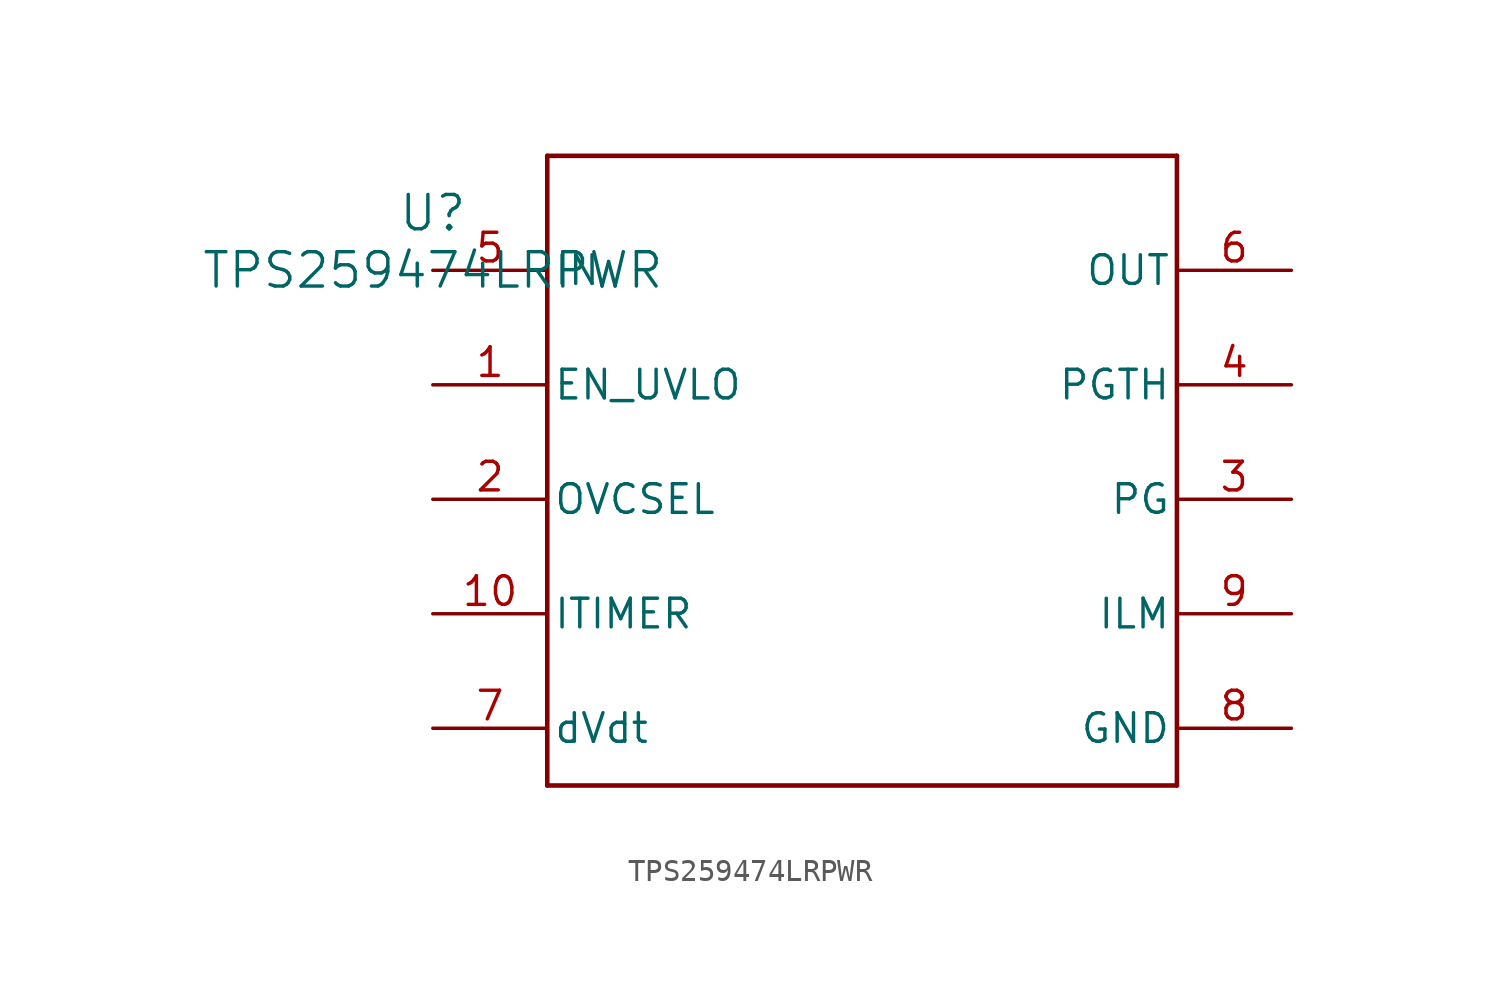
<source format=kicad_sym>
(kicad_symbol_lib
  (version 20211014)
  (generator kicad_symbol_editor)
  (symbol "TPS259474LRPWR"
    (pin_names
      (offset 0.254))
    (property "Reference" "U"
      (at 0 2.54 0)
      (effects (font (size 1.524 1.524))))
    (property "Value" "TPS259474LRPWR"
      (at 0 0 0)
      (effects (font (size 1.524 1.524))))
    (symbol "TPS259474LRPWR_0_1"
      (polyline (pts (xy 5.08 -22.86) (xy 33.02 -22.86)) (stroke (width 0.203) (type default) (color 0 0 0 0)) (fill (type none)))
      (polyline (pts (xy 33.02 -22.86) (xy 33.02 5.08)) (stroke (width 0.203) (type default) (color 0 0 0 0)) (fill (type none)))
      (polyline (pts (xy 33.02 5.08) (xy 5.08 5.08)) (stroke (width 0.203) (type default) (color 0 0 0 0)) (fill (type none)))
      (polyline (pts (xy 5.08 5.08) (xy 5.08 -22.86)) (stroke (width 0.203) (type default) (color 0 0 0 0)) (fill (type none)))
      (pin input line (at 0 -5.08 0) (length 5.08) (name "EN_UVLO" (effects (font (size 1.27 1.27)))) (number "1" (effects (font (size 1.27 1.27)))))
      (pin input line (at 0 -10.16 0) (length 5.08) (name "OVCSEL" (effects (font (size 1.27 1.27)))) (number "2" (effects (font (size 1.27 1.27)))))
      (pin output line (at 38.1 -10.16 180) (length 5.08) (name "PG" (effects (font (size 1.27 1.27)))) (number "3" (effects (font (size 1.27 1.27)))))
      (pin input line (at 38.1 -5.08 180) (length 5.08) (name "PGTH" (effects (font (size 1.27 1.27)))) (number "4" (effects (font (size 1.27 1.27)))))
      (pin power_in line (at 0 0 0) (length 5.08) (name "IN" (effects (font (size 1.27 1.27)))) (number "5" (effects (font (size 1.27 1.27)))))
      (pin power_in line (at 38.1 0 180) (length 5.08) (name "OUT" (effects (font (size 1.27 1.27)))) (number "6" (effects (font (size 1.27 1.27)))))
      (pin output line (at 0 -20.32 0) (length 5.08) (name "dVdt" (effects (font (size 1.27 1.27)))) (number "7" (effects (font (size 1.27 1.27)))))
      (pin power_in line (at 38.1 -20.32 180) (length 5.08) (name "GND" (effects (font (size 1.27 1.27)))) (number "8" (effects (font (size 1.27 1.27)))))
      (pin output line (at 38.1 -15.24 180) (length 5.08) (name "ILM" (effects (font (size 1.27 1.27)))) (number "9" (effects (font (size 1.27 1.27)))))
      (pin output line (at 0 -15.24 0) (length 5.08) (name "ITIMER" (effects (font (size 1.27 1.27)))) (number "10" (effects (font (size 1.27 1.27))))))))
</source>
